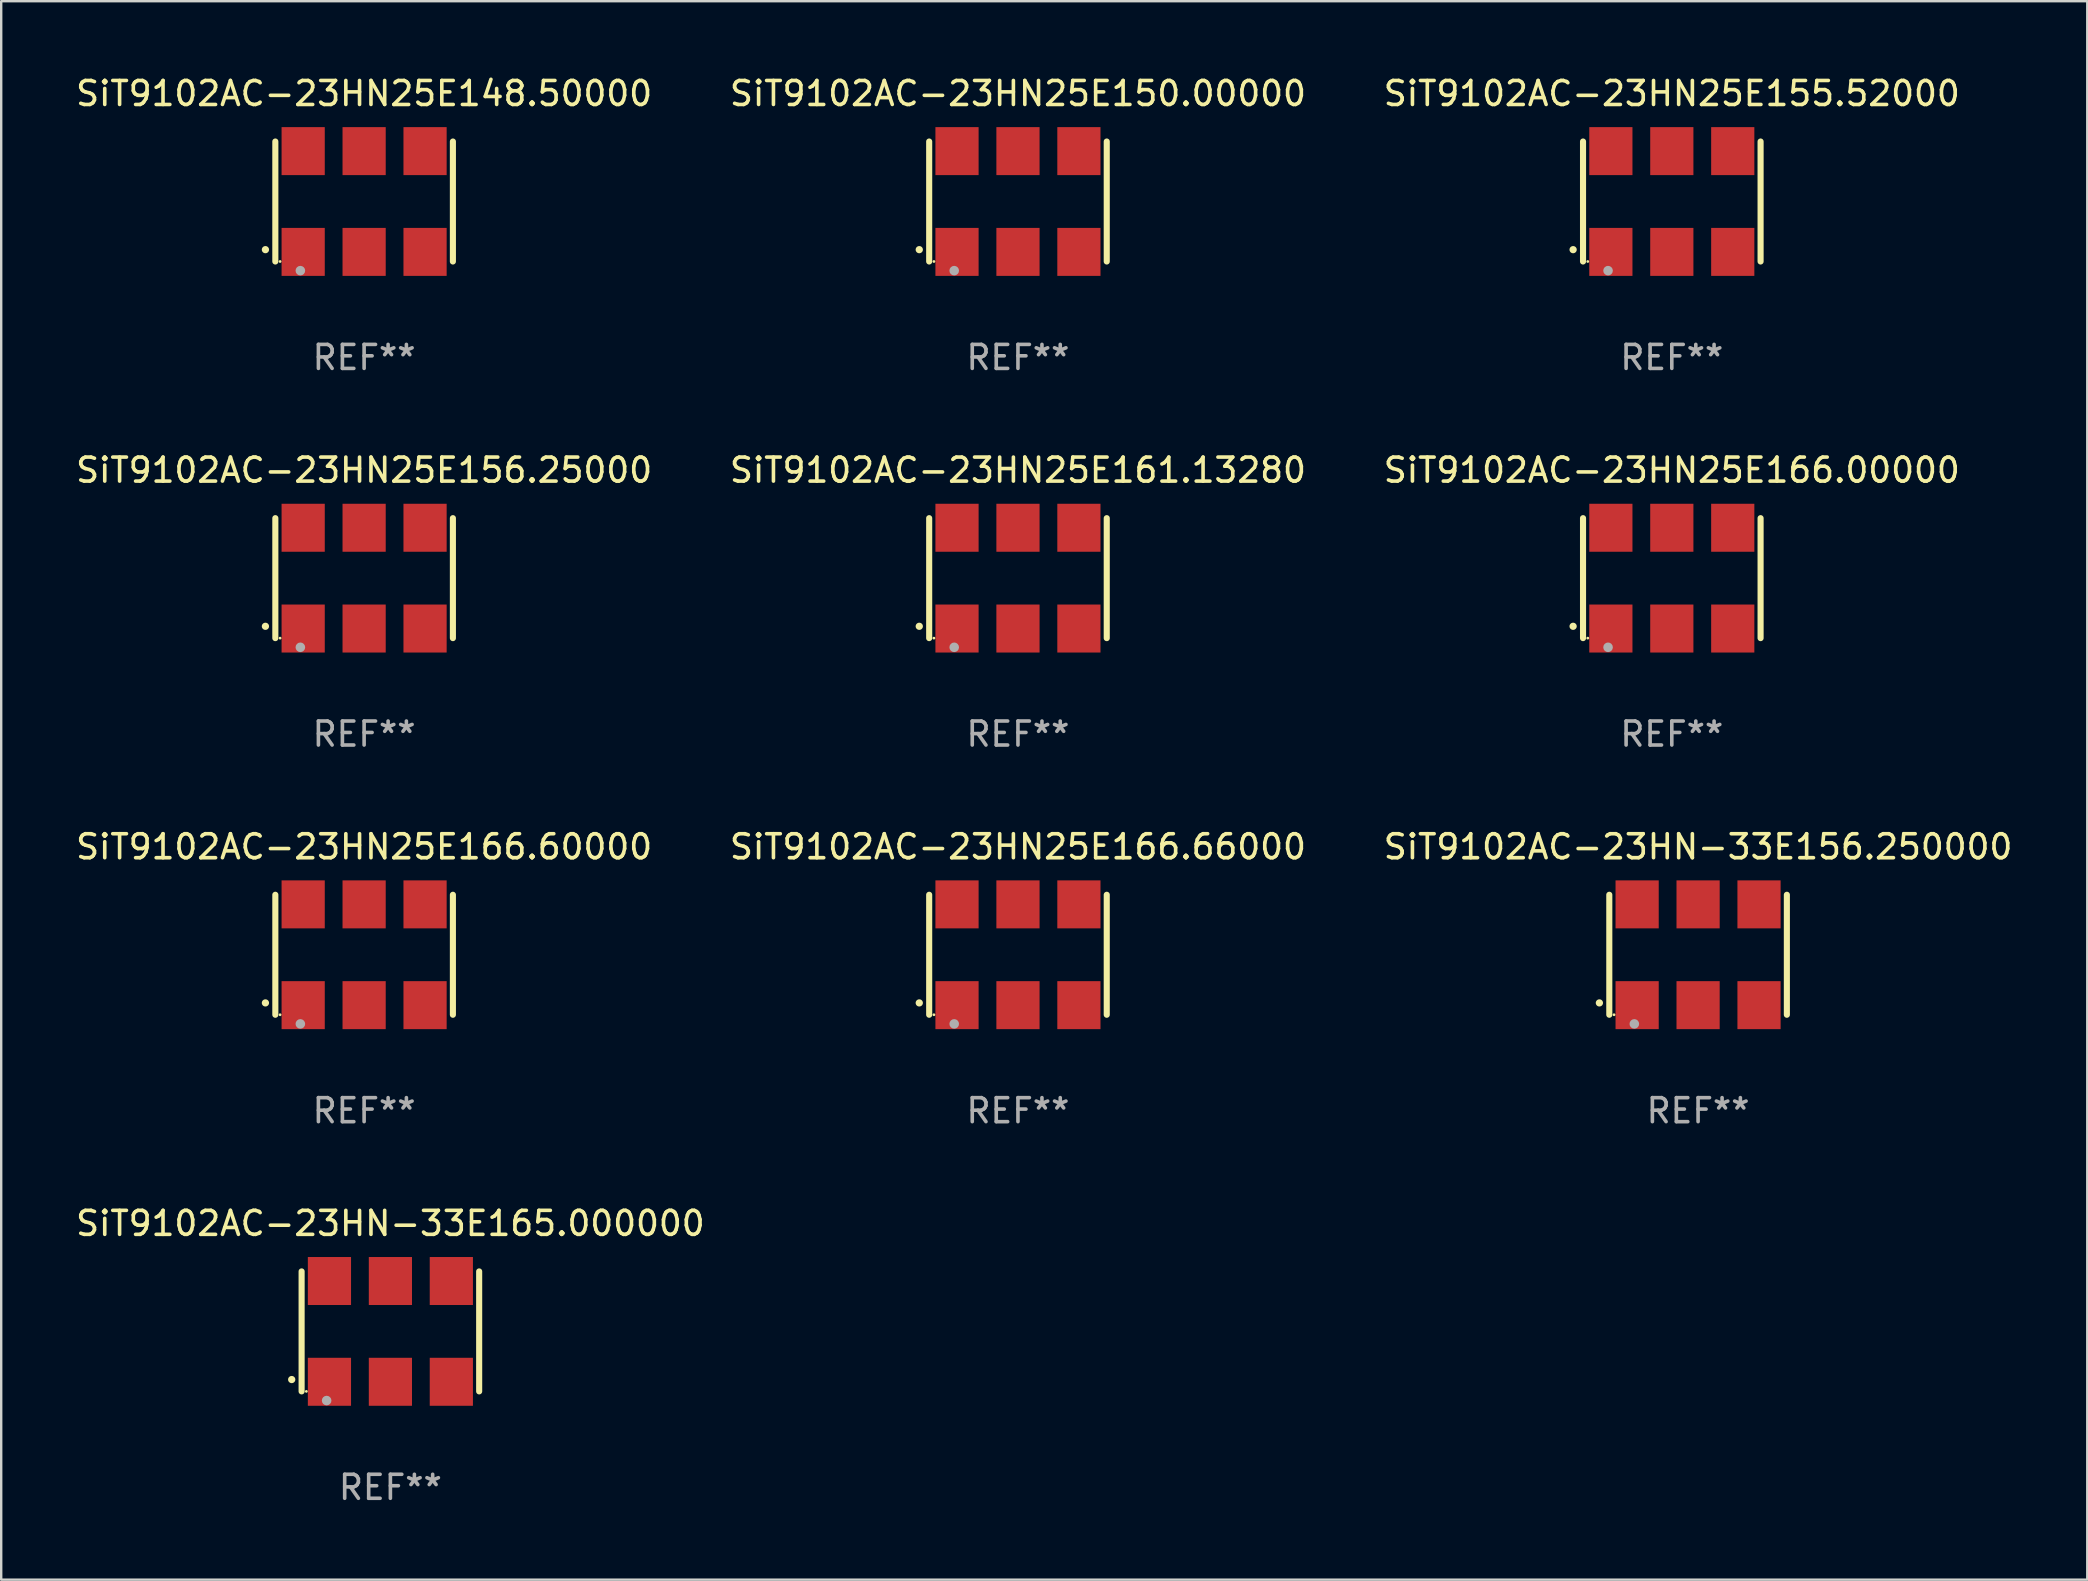
<source format=kicad_pcb>
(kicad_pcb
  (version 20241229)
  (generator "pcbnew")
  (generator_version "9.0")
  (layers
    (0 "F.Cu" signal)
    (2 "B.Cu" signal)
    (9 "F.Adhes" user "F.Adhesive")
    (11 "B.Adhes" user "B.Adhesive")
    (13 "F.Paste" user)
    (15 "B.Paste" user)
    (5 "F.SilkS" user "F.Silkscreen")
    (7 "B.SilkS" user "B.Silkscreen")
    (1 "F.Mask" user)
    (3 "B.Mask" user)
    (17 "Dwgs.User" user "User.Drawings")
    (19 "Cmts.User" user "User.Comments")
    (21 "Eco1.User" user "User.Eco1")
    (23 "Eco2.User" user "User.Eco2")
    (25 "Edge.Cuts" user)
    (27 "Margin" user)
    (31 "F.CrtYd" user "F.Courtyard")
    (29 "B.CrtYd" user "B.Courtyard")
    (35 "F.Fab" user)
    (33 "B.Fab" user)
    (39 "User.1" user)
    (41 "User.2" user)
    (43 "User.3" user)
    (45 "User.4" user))
  (footprint "SiT9102AC-23HN25E155.52000"
    (layer "F.Cu")
    (at 66.625 5.348)
    (property "Reference" "SiT9102AC-23HN25E155.52000" (at 0 -4.5 0) (layer "F.SilkS") (effects (font (size 1 1) (thickness 0.15))))
    (attr through_hole)
    (fp_line (start -3.7 -2.5) (end -3.7 2.5) (stroke (width 0.254) (type solid)) (layer "F.SilkS"))
    (fp_line (start 3.7 -2.5) (end 3.7 2.5) (stroke (width 0.254) (type solid)) (layer "F.SilkS"))
    (fp_arc (start -4.114415 2.006604) (mid -4.113145 2.006599) (end -4.111875 2.006604) (stroke (width 0.3) (type solid)) (layer "F.SilkS"))
    (fp_circle (center -3.502 2.5) (end -3.472 2.5) (stroke (width 0.06) (type solid)) (fill no) (layer "F.SilkS"))
    (fp_circle (center -2.657 2.882) (end -2.557 2.882) (stroke (width 0.2) (type solid)) (fill no) (layer "F.Fab"))
    (fp_text user "REF**" (at 0 6.5 0) (layer "F.Fab") (effects (font (size 1 1) (thickness 0.15))))
    (pad "1" smd rect (at -2.54 2.1) (size 1.8 2) (layers "F.Cu" "F.Mask" "F.Paste"))
    (pad "2" smd rect (at 0.000394 2.1) (size 1.8 2) (layers "F.Cu" "F.Mask" "F.Paste"))
    (pad "3" smd rect (at 2.54 2.1) (size 1.8 2) (layers "F.Cu" "F.Mask" "F.Paste"))
    (pad "4" smd rect (at 2.54 -2.1) (size 1.8 2) (layers "F.Cu" "F.Mask" "F.Paste"))
    (pad "5" smd rect (at 0.000394 -2.1) (size 1.8 2) (layers "F.Cu" "F.Mask" "F.Paste"))
    (pad "6" smd rect (at -2.54 -2.1) (size 1.8 2) (layers "F.Cu" "F.Mask" "F.Paste")))
  (footprint "SiT9102AC-23HN-33E165.000000"
    (layer "F.Cu")
    (at 13.22 52.438)
    (property "Reference" "SiT9102AC-23HN-33E165.000000" (at 0 -4.5 0) (layer "F.SilkS") (effects (font (size 1 1) (thickness 0.15))))
    (attr through_hole)
    (fp_line (start -3.7 -2.5) (end -3.7 2.5) (stroke (width 0.254) (type solid)) (layer "F.SilkS"))
    (fp_line (start 3.7 -2.5) (end 3.7 2.5) (stroke (width 0.254) (type solid)) (layer "F.SilkS"))
    (fp_arc (start -4.114415 2.006604) (mid -4.113145 2.006599) (end -4.111875 2.006604) (stroke (width 0.3) (type solid)) (layer "F.SilkS"))
    (fp_circle (center -3.502 2.5) (end -3.472 2.5) (stroke (width 0.06) (type solid)) (fill no) (layer "F.SilkS"))
    (fp_circle (center -2.657 2.882) (end -2.557 2.882) (stroke (width 0.2) (type solid)) (fill no) (layer "F.Fab"))
    (fp_text user "REF**" (at 0 6.5 0) (layer "F.Fab") (effects (font (size 1 1) (thickness 0.15))))
    (pad "1" smd rect (at -2.54 2.1) (size 1.8 2) (layers "F.Cu" "F.Mask" "F.Paste"))
    (pad "2" smd rect (at 0.000394 2.1) (size 1.8 2) (layers "F.Cu" "F.Mask" "F.Paste"))
    (pad "3" smd rect (at 2.54 2.1) (size 1.8 2) (layers "F.Cu" "F.Mask" "F.Paste"))
    (pad "4" smd rect (at 2.54 -2.1) (size 1.8 2) (layers "F.Cu" "F.Mask" "F.Paste"))
    (pad "5" smd rect (at 0.000394 -2.1) (size 1.8 2) (layers "F.Cu" "F.Mask" "F.Paste"))
    (pad "6" smd rect (at -2.54 -2.1) (size 1.8 2) (layers "F.Cu" "F.Mask" "F.Paste")))
  (footprint "SiT9102AC-23HN25E150.00000"
    (layer "F.Cu")
    (at 39.375 5.348)
    (property "Reference" "SiT9102AC-23HN25E150.00000" (at 0 -4.5 0) (layer "F.SilkS") (effects (font (size 1 1) (thickness 0.15))))
    (attr through_hole)
    (fp_line (start -3.7 -2.5) (end -3.7 2.5) (stroke (width 0.254) (type solid)) (layer "F.SilkS"))
    (fp_line (start 3.7 -2.5) (end 3.7 2.5) (stroke (width 0.254) (type solid)) (layer "F.SilkS"))
    (fp_arc (start -4.114415 2.006604) (mid -4.113145 2.006599) (end -4.111875 2.006604) (stroke (width 0.3) (type solid)) (layer "F.SilkS"))
    (fp_circle (center -3.502 2.5) (end -3.472 2.5) (stroke (width 0.06) (type solid)) (fill no) (layer "F.SilkS"))
    (fp_circle (center -2.657 2.882) (end -2.557 2.882) (stroke (width 0.2) (type solid)) (fill no) (layer "F.Fab"))
    (fp_text user "REF**" (at 0 6.5 0) (layer "F.Fab") (effects (font (size 1 1) (thickness 0.15))))
    (pad "1" smd rect (at -2.54 2.1) (size 1.8 2) (layers "F.Cu" "F.Mask" "F.Paste"))
    (pad "2" smd rect (at 0.000394 2.1) (size 1.8 2) (layers "F.Cu" "F.Mask" "F.Paste"))
    (pad "3" smd rect (at 2.54 2.1) (size 1.8 2) (layers "F.Cu" "F.Mask" "F.Paste"))
    (pad "4" smd rect (at 2.54 -2.1) (size 1.8 2) (layers "F.Cu" "F.Mask" "F.Paste"))
    (pad "5" smd rect (at 0.000394 -2.1) (size 1.8 2) (layers "F.Cu" "F.Mask" "F.Paste"))
    (pad "6" smd rect (at -2.54 -2.1) (size 1.8 2) (layers "F.Cu" "F.Mask" "F.Paste")))
  (footprint "SiT9102AC-23HN25E166.66000"
    (layer "F.Cu")
    (at 39.375 36.741)
    (property "Reference" "SiT9102AC-23HN25E166.66000" (at 0 -4.5 0) (layer "F.SilkS") (effects (font (size 1 1) (thickness 0.15))))
    (attr through_hole)
    (fp_line (start -3.7 -2.5) (end -3.7 2.5) (stroke (width 0.254) (type solid)) (layer "F.SilkS"))
    (fp_line (start 3.7 -2.5) (end 3.7 2.5) (stroke (width 0.254) (type solid)) (layer "F.SilkS"))
    (fp_arc (start -4.114415 2.006604) (mid -4.113145 2.006599) (end -4.111875 2.006604) (stroke (width 0.3) (type solid)) (layer "F.SilkS"))
    (fp_circle (center -3.502 2.5) (end -3.472 2.5) (stroke (width 0.06) (type solid)) (fill no) (layer "F.SilkS"))
    (fp_circle (center -2.657 2.882) (end -2.557 2.882) (stroke (width 0.2) (type solid)) (fill no) (layer "F.Fab"))
    (fp_text user "REF**" (at 0 6.5 0) (layer "F.Fab") (effects (font (size 1 1) (thickness 0.15))))
    (pad "1" smd rect (at -2.54 2.1) (size 1.8 2) (layers "F.Cu" "F.Mask" "F.Paste"))
    (pad "2" smd rect (at 0.000394 2.1) (size 1.8 2) (layers "F.Cu" "F.Mask" "F.Paste"))
    (pad "3" smd rect (at 2.54 2.1) (size 1.8 2) (layers "F.Cu" "F.Mask" "F.Paste"))
    (pad "4" smd rect (at 2.54 -2.1) (size 1.8 2) (layers "F.Cu" "F.Mask" "F.Paste"))
    (pad "5" smd rect (at 0.000394 -2.1) (size 1.8 2) (layers "F.Cu" "F.Mask" "F.Paste"))
    (pad "6" smd rect (at -2.54 -2.1) (size 1.8 2) (layers "F.Cu" "F.Mask" "F.Paste")))
  (footprint "SiT9102AC-23HN25E166.60000"
    (layer "F.Cu")
    (at 12.125 36.741)
    (property "Reference" "SiT9102AC-23HN25E166.60000" (at 0 -4.5 0) (layer "F.SilkS") (effects (font (size 1 1) (thickness 0.15))))
    (attr through_hole)
    (fp_line (start -3.7 -2.5) (end -3.7 2.5) (stroke (width 0.254) (type solid)) (layer "F.SilkS"))
    (fp_line (start 3.7 -2.5) (end 3.7 2.5) (stroke (width 0.254) (type solid)) (layer "F.SilkS"))
    (fp_arc (start -4.114415 2.006604) (mid -4.113145 2.006599) (end -4.111875 2.006604) (stroke (width 0.3) (type solid)) (layer "F.SilkS"))
    (fp_circle (center -3.502 2.5) (end -3.472 2.5) (stroke (width 0.06) (type solid)) (fill no) (layer "F.SilkS"))
    (fp_circle (center -2.657 2.882) (end -2.557 2.882) (stroke (width 0.2) (type solid)) (fill no) (layer "F.Fab"))
    (fp_text user "REF**" (at 0 6.5 0) (layer "F.Fab") (effects (font (size 1 1) (thickness 0.15))))
    (pad "1" smd rect (at -2.54 2.1) (size 1.8 2) (layers "F.Cu" "F.Mask" "F.Paste"))
    (pad "2" smd rect (at 0.000394 2.1) (size 1.8 2) (layers "F.Cu" "F.Mask" "F.Paste"))
    (pad "3" smd rect (at 2.54 2.1) (size 1.8 2) (layers "F.Cu" "F.Mask" "F.Paste"))
    (pad "4" smd rect (at 2.54 -2.1) (size 1.8 2) (layers "F.Cu" "F.Mask" "F.Paste"))
    (pad "5" smd rect (at 0.000394 -2.1) (size 1.8 2) (layers "F.Cu" "F.Mask" "F.Paste"))
    (pad "6" smd rect (at -2.54 -2.1) (size 1.8 2) (layers "F.Cu" "F.Mask" "F.Paste")))
  (footprint "SiT9102AC-23HN-33E156.250000"
    (layer "F.Cu")
    (at 67.72 36.741)
    (property "Reference" "SiT9102AC-23HN-33E156.250000" (at 0 -4.5 0) (layer "F.SilkS") (effects (font (size 1 1) (thickness 0.15))))
    (attr through_hole)
    (fp_line (start -3.7 -2.5) (end -3.7 2.5) (stroke (width 0.254) (type solid)) (layer "F.SilkS"))
    (fp_line (start 3.7 -2.5) (end 3.7 2.5) (stroke (width 0.254) (type solid)) (layer "F.SilkS"))
    (fp_arc (start -4.114415 2.006604) (mid -4.113145 2.006599) (end -4.111875 2.006604) (stroke (width 0.3) (type solid)) (layer "F.SilkS"))
    (fp_circle (center -3.502 2.5) (end -3.472 2.5) (stroke (width 0.06) (type solid)) (fill no) (layer "F.SilkS"))
    (fp_circle (center -2.657 2.882) (end -2.557 2.882) (stroke (width 0.2) (type solid)) (fill no) (layer "F.Fab"))
    (fp_text user "REF**" (at 0 6.5 0) (layer "F.Fab") (effects (font (size 1 1) (thickness 0.15))))
    (pad "1" smd rect (at -2.54 2.1) (size 1.8 2) (layers "F.Cu" "F.Mask" "F.Paste"))
    (pad "2" smd rect (at 0.000394 2.1) (size 1.8 2) (layers "F.Cu" "F.Mask" "F.Paste"))
    (pad "3" smd rect (at 2.54 2.1) (size 1.8 2) (layers "F.Cu" "F.Mask" "F.Paste"))
    (pad "4" smd rect (at 2.54 -2.1) (size 1.8 2) (layers "F.Cu" "F.Mask" "F.Paste"))
    (pad "5" smd rect (at 0.000394 -2.1) (size 1.8 2) (layers "F.Cu" "F.Mask" "F.Paste"))
    (pad "6" smd rect (at -2.54 -2.1) (size 1.8 2) (layers "F.Cu" "F.Mask" "F.Paste")))
  (footprint "SiT9102AC-23HN25E148.50000"
    (layer "F.Cu")
    (at 12.125 5.348)
    (property "Reference" "SiT9102AC-23HN25E148.50000" (at 0 -4.5 0) (layer "F.SilkS") (effects (font (size 1 1) (thickness 0.15))))
    (attr through_hole)
    (fp_line (start -3.7 -2.5) (end -3.7 2.5) (stroke (width 0.254) (type solid)) (layer "F.SilkS"))
    (fp_line (start 3.7 -2.5) (end 3.7 2.5) (stroke (width 0.254) (type solid)) (layer "F.SilkS"))
    (fp_arc (start -4.114415 2.006604) (mid -4.113145 2.006599) (end -4.111875 2.006604) (stroke (width 0.3) (type solid)) (layer "F.SilkS"))
    (fp_circle (center -3.502 2.5) (end -3.472 2.5) (stroke (width 0.06) (type solid)) (fill no) (layer "F.SilkS"))
    (fp_circle (center -2.657 2.882) (end -2.557 2.882) (stroke (width 0.2) (type solid)) (fill no) (layer "F.Fab"))
    (fp_text user "REF**" (at 0 6.5 0) (layer "F.Fab") (effects (font (size 1 1) (thickness 0.15))))
    (pad "1" smd rect (at -2.54 2.1) (size 1.8 2) (layers "F.Cu" "F.Mask" "F.Paste"))
    (pad "2" smd rect (at 0.000394 2.1) (size 1.8 2) (layers "F.Cu" "F.Mask" "F.Paste"))
    (pad "3" smd rect (at 2.54 2.1) (size 1.8 2) (layers "F.Cu" "F.Mask" "F.Paste"))
    (pad "4" smd rect (at 2.54 -2.1) (size 1.8 2) (layers "F.Cu" "F.Mask" "F.Paste"))
    (pad "5" smd rect (at 0.000394 -2.1) (size 1.8 2) (layers "F.Cu" "F.Mask" "F.Paste"))
    (pad "6" smd rect (at -2.54 -2.1) (size 1.8 2) (layers "F.Cu" "F.Mask" "F.Paste")))
  (footprint "SiT9102AC-23HN25E156.25000"
    (layer "F.Cu")
    (at 12.125 21.045)
    (property "Reference" "SiT9102AC-23HN25E156.25000" (at 0 -4.5 0) (layer "F.SilkS") (effects (font (size 1 1) (thickness 0.15))))
    (attr through_hole)
    (fp_line (start -3.7 -2.5) (end -3.7 2.5) (stroke (width 0.254) (type solid)) (layer "F.SilkS"))
    (fp_line (start 3.7 -2.5) (end 3.7 2.5) (stroke (width 0.254) (type solid)) (layer "F.SilkS"))
    (fp_arc (start -4.114415 2.006604) (mid -4.113145 2.006599) (end -4.111875 2.006604) (stroke (width 0.3) (type solid)) (layer "F.SilkS"))
    (fp_circle (center -3.502 2.5) (end -3.472 2.5) (stroke (width 0.06) (type solid)) (fill no) (layer "F.SilkS"))
    (fp_circle (center -2.657 2.882) (end -2.557 2.882) (stroke (width 0.2) (type solid)) (fill no) (layer "F.Fab"))
    (fp_text user "REF**" (at 0 6.5 0) (layer "F.Fab") (effects (font (size 1 1) (thickness 0.15))))
    (pad "1" smd rect (at -2.54 2.1) (size 1.8 2) (layers "F.Cu" "F.Mask" "F.Paste"))
    (pad "2" smd rect (at 0.000394 2.1) (size 1.8 2) (layers "F.Cu" "F.Mask" "F.Paste"))
    (pad "3" smd rect (at 2.54 2.1) (size 1.8 2) (layers "F.Cu" "F.Mask" "F.Paste"))
    (pad "4" smd rect (at 2.54 -2.1) (size 1.8 2) (layers "F.Cu" "F.Mask" "F.Paste"))
    (pad "5" smd rect (at 0.000394 -2.1) (size 1.8 2) (layers "F.Cu" "F.Mask" "F.Paste"))
    (pad "6" smd rect (at -2.54 -2.1) (size 1.8 2) (layers "F.Cu" "F.Mask" "F.Paste")))
  (footprint "SiT9102AC-23HN25E166.00000"
    (layer "F.Cu")
    (at 66.625 21.045)
    (property "Reference" "SiT9102AC-23HN25E166.00000" (at 0 -4.5 0) (layer "F.SilkS") (effects (font (size 1 1) (thickness 0.15))))
    (attr through_hole)
    (fp_line (start -3.7 -2.5) (end -3.7 2.5) (stroke (width 0.254) (type solid)) (layer "F.SilkS"))
    (fp_line (start 3.7 -2.5) (end 3.7 2.5) (stroke (width 0.254) (type solid)) (layer "F.SilkS"))
    (fp_arc (start -4.114415 2.006604) (mid -4.113145 2.006599) (end -4.111875 2.006604) (stroke (width 0.3) (type solid)) (layer "F.SilkS"))
    (fp_circle (center -3.502 2.5) (end -3.472 2.5) (stroke (width 0.06) (type solid)) (fill no) (layer "F.SilkS"))
    (fp_circle (center -2.657 2.882) (end -2.557 2.882) (stroke (width 0.2) (type solid)) (fill no) (layer "F.Fab"))
    (fp_text user "REF**" (at 0 6.5 0) (layer "F.Fab") (effects (font (size 1 1) (thickness 0.15))))
    (pad "1" smd rect (at -2.54 2.1) (size 1.8 2) (layers "F.Cu" "F.Mask" "F.Paste"))
    (pad "2" smd rect (at 0.000394 2.1) (size 1.8 2) (layers "F.Cu" "F.Mask" "F.Paste"))
    (pad "3" smd rect (at 2.54 2.1) (size 1.8 2) (layers "F.Cu" "F.Mask" "F.Paste"))
    (pad "4" smd rect (at 2.54 -2.1) (size 1.8 2) (layers "F.Cu" "F.Mask" "F.Paste"))
    (pad "5" smd rect (at 0.000394 -2.1) (size 1.8 2) (layers "F.Cu" "F.Mask" "F.Paste"))
    (pad "6" smd rect (at -2.54 -2.1) (size 1.8 2) (layers "F.Cu" "F.Mask" "F.Paste")))
  (footprint "SiT9102AC-23HN25E161.13280"
    (layer "F.Cu")
    (at 39.375 21.045)
    (property "Reference" "SiT9102AC-23HN25E161.13280" (at 0 -4.5 0) (layer "F.SilkS") (effects (font (size 1 1) (thickness 0.15))))
    (attr through_hole)
    (fp_line (start -3.7 -2.5) (end -3.7 2.5) (stroke (width 0.254) (type solid)) (layer "F.SilkS"))
    (fp_line (start 3.7 -2.5) (end 3.7 2.5) (stroke (width 0.254) (type solid)) (layer "F.SilkS"))
    (fp_arc (start -4.114415 2.006604) (mid -4.113145 2.006599) (end -4.111875 2.006604) (stroke (width 0.3) (type solid)) (layer "F.SilkS"))
    (fp_circle (center -3.502 2.5) (end -3.472 2.5) (stroke (width 0.06) (type solid)) (fill no) (layer "F.SilkS"))
    (fp_circle (center -2.657 2.882) (end -2.557 2.882) (stroke (width 0.2) (type solid)) (fill no) (layer "F.Fab"))
    (fp_text user "REF**" (at 0 6.5 0) (layer "F.Fab") (effects (font (size 1 1) (thickness 0.15))))
    (pad "1" smd rect (at -2.54 2.1) (size 1.8 2) (layers "F.Cu" "F.Mask" "F.Paste"))
    (pad "2" smd rect (at 0.000394 2.1) (size 1.8 2) (layers "F.Cu" "F.Mask" "F.Paste"))
    (pad "3" smd rect (at 2.54 2.1) (size 1.8 2) (layers "F.Cu" "F.Mask" "F.Paste"))
    (pad "4" smd rect (at 2.54 -2.1) (size 1.8 2) (layers "F.Cu" "F.Mask" "F.Paste"))
    (pad "5" smd rect (at 0.000394 -2.1) (size 1.8 2) (layers "F.Cu" "F.Mask" "F.Paste"))
    (pad "6" smd rect (at -2.54 -2.1) (size 1.8 2) (layers "F.Cu" "F.Mask" "F.Paste")))
  (gr_rect
    (start -3 -3)
    (end 83.94 62.786)
    (stroke (width 0.1) (type default))
    (fill no)
    (layer "Edge.Cuts")))
</source>
